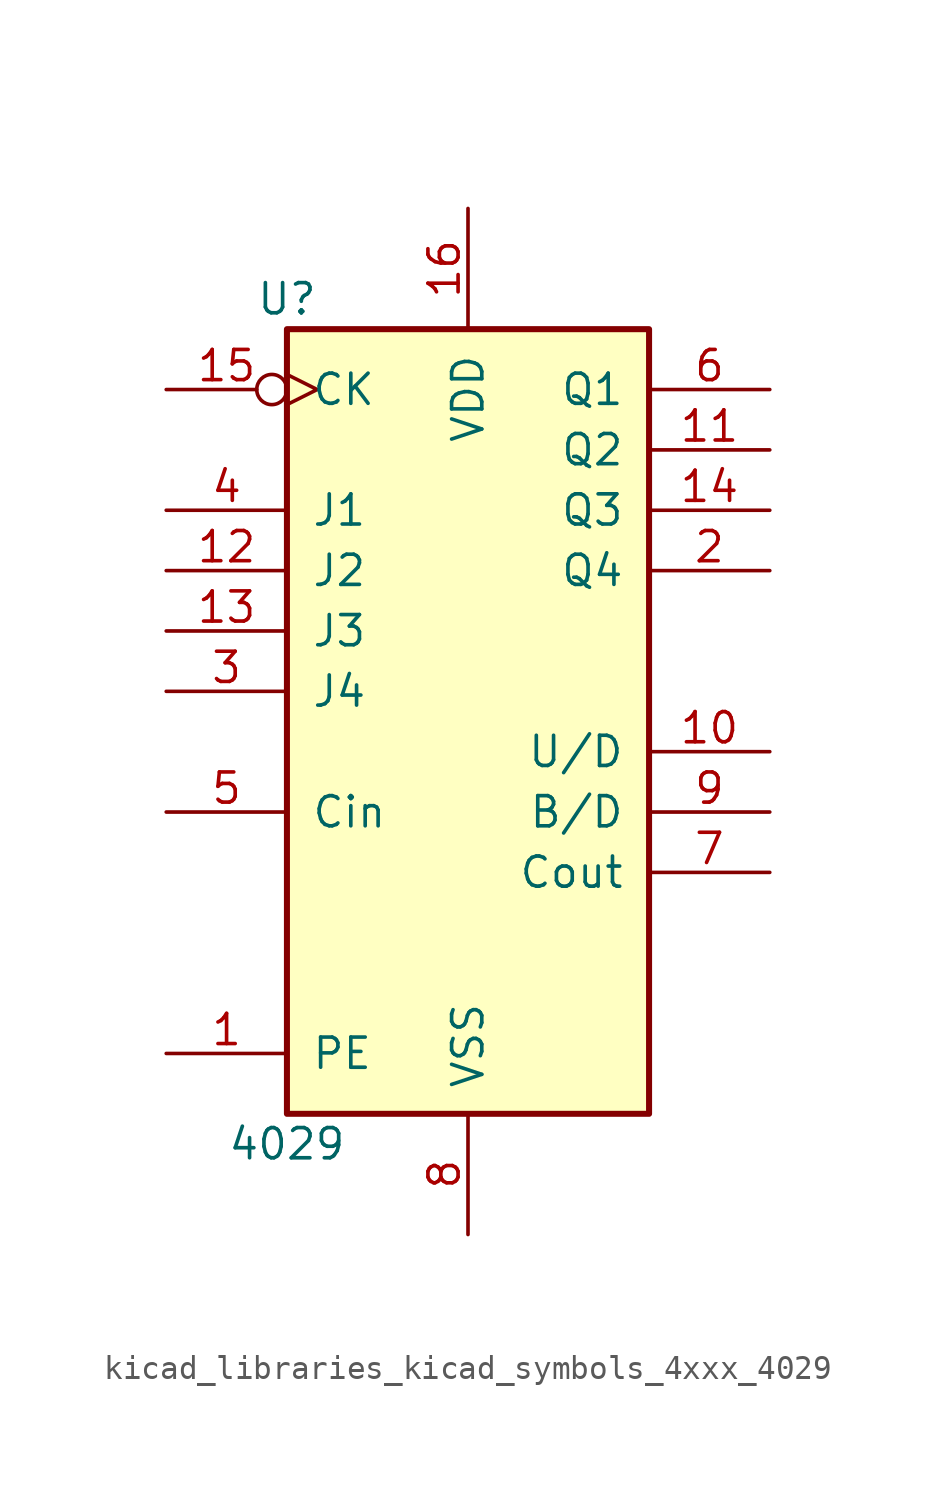
<source format=kicad_sym>
(kicad_symbol_lib
  (version 20220914)
  (generator kicad_symbol_editor)
  (symbol "kicad_libraries_kicad_symbols_4xxx_4029"
    (pin_names
      (offset 1.016))
    (property "Reference" "U"
      (at -7.62 16.51 0)
      (effects (font (size 1.27 1.27))))
    (property "Value" "4029"
      (at -7.62 -19.05 0)
      (effects (font (size 1.27 1.27))))
    (property "ki_locked" ""
      (at 0 0 0)
      (effects (font (size 1.27 1.27))))
    (symbol "kicad_libraries_kicad_symbols_4xxx_4029_1_0"
      (pin input line (at -12.7 -15.24 0) (length 5.08) (name "PE" (effects (font (size 1.27 1.27)))) (number "1" (effects (font (size 1.27 1.27)))))
      (pin input line (at 12.7 -2.54 180) (length 5.08) (name "U/D" (effects (font (size 1.27 1.27)))) (number "10" (effects (font (size 1.27 1.27)))))
      (pin output line (at 12.7 10.16 180) (length 5.08) (name "Q2" (effects (font (size 1.27 1.27)))) (number "11" (effects (font (size 1.27 1.27)))))
      (pin input line (at -12.7 5.08 0) (length 5.08) (name "J2" (effects (font (size 1.27 1.27)))) (number "12" (effects (font (size 1.27 1.27)))))
      (pin input line (at -12.7 2.54 0) (length 5.08) (name "J3" (effects (font (size 1.27 1.27)))) (number "13" (effects (font (size 1.27 1.27)))))
      (pin output line (at 12.7 7.62 180) (length 5.08) (name "Q3" (effects (font (size 1.27 1.27)))) (number "14" (effects (font (size 1.27 1.27)))))
      (pin input inverted_clock (at -12.7 12.7 0) (length 5.08) (name "CK" (effects (font (size 1.27 1.27)))) (number "15" (effects (font (size 1.27 1.27)))))
      (pin power_in line (at 0 20.32 270) (length 5.08) (name "VDD" (effects (font (size 1.27 1.27)))) (number "16" (effects (font (size 1.27 1.27)))))
      (pin output line (at 12.7 5.08 180) (length 5.08) (name "Q4" (effects (font (size 1.27 1.27)))) (number "2" (effects (font (size 1.27 1.27)))))
      (pin input line (at -12.7 0 0) (length 5.08) (name "J4" (effects (font (size 1.27 1.27)))) (number "3" (effects (font (size 1.27 1.27)))))
      (pin input line (at -12.7 7.62 0) (length 5.08) (name "J1" (effects (font (size 1.27 1.27)))) (number "4" (effects (font (size 1.27 1.27)))))
      (pin input line (at -12.7 -5.08 0) (length 5.08) (name "Cin" (effects (font (size 1.27 1.27)))) (number "5" (effects (font (size 1.27 1.27)))))
      (pin output line (at 12.7 12.7 180) (length 5.08) (name "Q1" (effects (font (size 1.27 1.27)))) (number "6" (effects (font (size 1.27 1.27)))))
      (pin output line (at 12.7 -7.62 180) (length 5.08) (name "Cout" (effects (font (size 1.27 1.27)))) (number "7" (effects (font (size 1.27 1.27)))))
      (pin power_in line (at 0 -22.86 90) (length 5.08) (name "VSS" (effects (font (size 1.27 1.27)))) (number "8" (effects (font (size 1.27 1.27)))))
      (pin input line (at 12.7 -5.08 180) (length 5.08) (name "B/D" (effects (font (size 1.27 1.27)))) (number "9" (effects (font (size 1.27 1.27))))))
    (symbol "kicad_libraries_kicad_symbols_4xxx_4029_1_1"
      (rectangle (start -7.62 15.24) (end 7.62 -17.78) (stroke (width 0.254) (type default)) (fill (type background))))))
</source>
